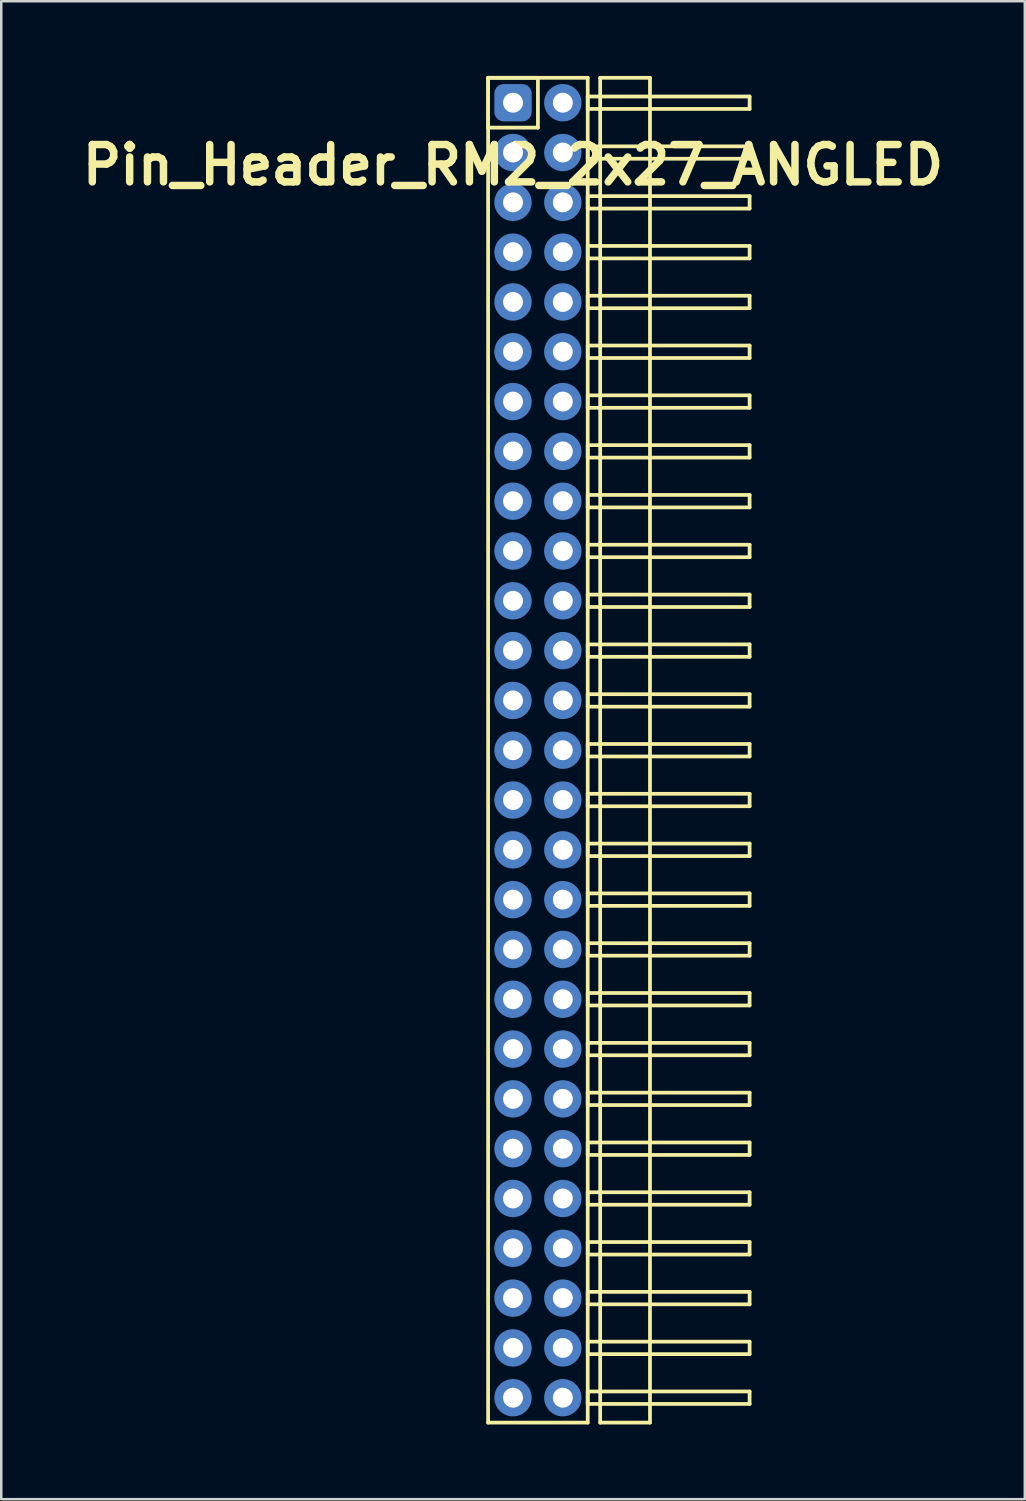
<source format=kicad_pcb>
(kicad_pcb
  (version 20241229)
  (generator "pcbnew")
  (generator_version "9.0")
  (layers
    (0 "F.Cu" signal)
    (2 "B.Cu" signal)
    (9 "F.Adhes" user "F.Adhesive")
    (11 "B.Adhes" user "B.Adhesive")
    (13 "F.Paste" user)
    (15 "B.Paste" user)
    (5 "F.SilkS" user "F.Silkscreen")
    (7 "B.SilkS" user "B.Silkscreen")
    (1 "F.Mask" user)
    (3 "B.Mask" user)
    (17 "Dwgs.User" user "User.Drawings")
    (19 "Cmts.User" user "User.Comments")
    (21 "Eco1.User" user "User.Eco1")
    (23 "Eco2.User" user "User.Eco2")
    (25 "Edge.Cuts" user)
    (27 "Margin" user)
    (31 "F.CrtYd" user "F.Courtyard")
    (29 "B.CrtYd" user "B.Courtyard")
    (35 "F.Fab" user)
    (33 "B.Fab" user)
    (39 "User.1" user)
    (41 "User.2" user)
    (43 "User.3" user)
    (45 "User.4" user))
  (footprint "Pin_Header_RM2_2x27_ANGLED"
    (layer "F.Cu")
    (at 17.55 1.075)
    (property "Reference" "Pin_Header_RM2_2x27_ANGLED" (at 0 2.5 0) (layer "F.SilkS") (effects (font (size 1.5 1.5) (thickness 0.3))))
    (attr through_hole)
    (fp_line (start -1 -1) (end 1 -1) (stroke (width 0.15) (type solid)) (layer "F.SilkS"))
    (fp_line (start -1 -1) (end 3 -1) (stroke (width 0.15) (type solid)) (layer "F.SilkS"))
    (fp_line (start -1 1) (end -1 -1) (stroke (width 0.15) (type solid)) (layer "F.SilkS"))
    (fp_line (start -1 53) (end -1 -1) (stroke (width 0.15) (type solid)) (layer "F.SilkS"))
    (fp_line (start 1 -1) (end 1 1) (stroke (width 0.15) (type solid)) (layer "F.SilkS"))
    (fp_line (start 1 1) (end -1 1) (stroke (width 0.15) (type solid)) (layer "F.SilkS"))
    (fp_line (start 3 -1) (end 3 53) (stroke (width 0.15) (type solid)) (layer "F.SilkS"))
    (fp_line (start 3 -0.25) (end 9.5 -0.25) (stroke (width 0.15) (type solid)) (layer "F.SilkS"))
    (fp_line (start 3 0.25) (end 3 -0.25) (stroke (width 0.15) (type solid)) (layer "F.SilkS"))
    (fp_line (start 3 1.75) (end 9.5 1.75) (stroke (width 0.15) (type solid)) (layer "F.SilkS"))
    (fp_line (start 3 2.25) (end 3 1.75) (stroke (width 0.15) (type solid)) (layer "F.SilkS"))
    (fp_line (start 3 3.75) (end 9.5 3.75) (stroke (width 0.15) (type solid)) (layer "F.SilkS"))
    (fp_line (start 3 4.25) (end 3 3.75) (stroke (width 0.15) (type solid)) (layer "F.SilkS"))
    (fp_line (start 3 5.75) (end 9.5 5.75) (stroke (width 0.15) (type solid)) (layer "F.SilkS"))
    (fp_line (start 3 6.25) (end 3 5.75) (stroke (width 0.15) (type solid)) (layer "F.SilkS"))
    (fp_line (start 3 7.75) (end 9.5 7.75) (stroke (width 0.15) (type solid)) (layer "F.SilkS"))
    (fp_line (start 3 8.25) (end 3 7.75) (stroke (width 0.15) (type solid)) (layer "F.SilkS"))
    (fp_line (start 3 9.75) (end 9.5 9.75) (stroke (width 0.15) (type solid)) (layer "F.SilkS"))
    (fp_line (start 3 10.25) (end 3 9.75) (stroke (width 0.15) (type solid)) (layer "F.SilkS"))
    (fp_line (start 3 11.75) (end 9.5 11.75) (stroke (width 0.15) (type solid)) (layer "F.SilkS"))
    (fp_line (start 3 12.25) (end 3 11.75) (stroke (width 0.15) (type solid)) (layer "F.SilkS"))
    (fp_line (start 3 13.75) (end 9.5 13.75) (stroke (width 0.15) (type solid)) (layer "F.SilkS"))
    (fp_line (start 3 14.25) (end 3 13.75) (stroke (width 0.15) (type solid)) (layer "F.SilkS"))
    (fp_line (start 3 15.75) (end 9.5 15.75) (stroke (width 0.15) (type solid)) (layer "F.SilkS"))
    (fp_line (start 3 16.25) (end 3 15.75) (stroke (width 0.15) (type solid)) (layer "F.SilkS"))
    (fp_line (start 3 17.75) (end 9.5 17.75) (stroke (width 0.15) (type solid)) (layer "F.SilkS"))
    (fp_line (start 3 18.25) (end 3 17.75) (stroke (width 0.15) (type solid)) (layer "F.SilkS"))
    (fp_line (start 3 19.75) (end 9.5 19.75) (stroke (width 0.15) (type solid)) (layer "F.SilkS"))
    (fp_line (start 3 20.25) (end 3 19.75) (stroke (width 0.15) (type solid)) (layer "F.SilkS"))
    (fp_line (start 3 21.75) (end 9.5 21.75) (stroke (width 0.15) (type solid)) (layer "F.SilkS"))
    (fp_line (start 3 22.25) (end 3 21.75) (stroke (width 0.15) (type solid)) (layer "F.SilkS"))
    (fp_line (start 3 23.75) (end 9.5 23.75) (stroke (width 0.15) (type solid)) (layer "F.SilkS"))
    (fp_line (start 3 24.25) (end 3 23.75) (stroke (width 0.15) (type solid)) (layer "F.SilkS"))
    (fp_line (start 3 25.75) (end 9.5 25.75) (stroke (width 0.15) (type solid)) (layer "F.SilkS"))
    (fp_line (start 3 26.25) (end 3 25.75) (stroke (width 0.15) (type solid)) (layer "F.SilkS"))
    (fp_line (start 3 27.75) (end 9.5 27.75) (stroke (width 0.15) (type solid)) (layer "F.SilkS"))
    (fp_line (start 3 28.25) (end 3 27.75) (stroke (width 0.15) (type solid)) (layer "F.SilkS"))
    (fp_line (start 3 29.75) (end 9.5 29.75) (stroke (width 0.15) (type solid)) (layer "F.SilkS"))
    (fp_line (start 3 30.25) (end 3 29.75) (stroke (width 0.15) (type solid)) (layer "F.SilkS"))
    (fp_line (start 3 31.75) (end 9.5 31.75) (stroke (width 0.15) (type solid)) (layer "F.SilkS"))
    (fp_line (start 3 32.25) (end 3 31.75) (stroke (width 0.15) (type solid)) (layer "F.SilkS"))
    (fp_line (start 3 33.75) (end 9.5 33.75) (stroke (width 0.15) (type solid)) (layer "F.SilkS"))
    (fp_line (start 3 34.25) (end 3 33.75) (stroke (width 0.15) (type solid)) (layer "F.SilkS"))
    (fp_line (start 3 35.75) (end 9.5 35.75) (stroke (width 0.15) (type solid)) (layer "F.SilkS"))
    (fp_line (start 3 36.25) (end 3 35.75) (stroke (width 0.15) (type solid)) (layer "F.SilkS"))
    (fp_line (start 3 37.75) (end 9.5 37.75) (stroke (width 0.15) (type solid)) (layer "F.SilkS"))
    (fp_line (start 3 38.25) (end 3 37.75) (stroke (width 0.15) (type solid)) (layer "F.SilkS"))
    (fp_line (start 3 39.75) (end 9.5 39.75) (stroke (width 0.15) (type solid)) (layer "F.SilkS"))
    (fp_line (start 3 40.25) (end 3 39.75) (stroke (width 0.15) (type solid)) (layer "F.SilkS"))
    (fp_line (start 3 41.75) (end 9.5 41.75) (stroke (width 0.15) (type solid)) (layer "F.SilkS"))
    (fp_line (start 3 42.25) (end 3 41.75) (stroke (width 0.15) (type solid)) (layer "F.SilkS"))
    (fp_line (start 3 43.75) (end 9.5 43.75) (stroke (width 0.15) (type solid)) (layer "F.SilkS"))
    (fp_line (start 3 44.25) (end 3 43.75) (stroke (width 0.15) (type solid)) (layer "F.SilkS"))
    (fp_line (start 3 45.75) (end 9.5 45.75) (stroke (width 0.15) (type solid)) (layer "F.SilkS"))
    (fp_line (start 3 46.25) (end 3 45.75) (stroke (width 0.15) (type solid)) (layer "F.SilkS"))
    (fp_line (start 3 47.75) (end 9.5 47.75) (stroke (width 0.15) (type solid)) (layer "F.SilkS"))
    (fp_line (start 3 48.25) (end 3 47.75) (stroke (width 0.15) (type solid)) (layer "F.SilkS"))
    (fp_line (start 3 49.75) (end 9.5 49.75) (stroke (width 0.15) (type solid)) (layer "F.SilkS"))
    (fp_line (start 3 50.25) (end 3 49.75) (stroke (width 0.15) (type solid)) (layer "F.SilkS"))
    (fp_line (start 3 51.75) (end 9.5 51.75) (stroke (width 0.15) (type solid)) (layer "F.SilkS"))
    (fp_line (start 3 52.25) (end 3 51.75) (stroke (width 0.15) (type solid)) (layer "F.SilkS"))
    (fp_line (start 3 53) (end -1 53) (stroke (width 0.15) (type solid)) (layer "F.SilkS"))
    (fp_line (start 3.5 -1) (end 5.5 -1) (stroke (width 0.15) (type solid)) (layer "F.SilkS"))
    (fp_line (start 3.5 53) (end 3.5 -1) (stroke (width 0.15) (type solid)) (layer "F.SilkS"))
    (fp_line (start 5.5 -1) (end 5.5 53) (stroke (width 0.15) (type solid)) (layer "F.SilkS"))
    (fp_line (start 5.5 53) (end 3.5 53) (stroke (width 0.15) (type solid)) (layer "F.SilkS"))
    (fp_line (start 9.5 -0.25) (end 9.5 0.25) (stroke (width 0.15) (type solid)) (layer "F.SilkS"))
    (fp_line (start 9.5 0.25) (end 3 0.25) (stroke (width 0.15) (type solid)) (layer "F.SilkS"))
    (fp_line (start 9.5 1.75) (end 9.5 2.25) (stroke (width 0.15) (type solid)) (layer "F.SilkS"))
    (fp_line (start 9.5 2.25) (end 3 2.25) (stroke (width 0.15) (type solid)) (layer "F.SilkS"))
    (fp_line (start 9.5 3.75) (end 9.5 4.25) (stroke (width 0.15) (type solid)) (layer "F.SilkS"))
    (fp_line (start 9.5 4.25) (end 3 4.25) (stroke (width 0.15) (type solid)) (layer "F.SilkS"))
    (fp_line (start 9.5 5.75) (end 9.5 6.25) (stroke (width 0.15) (type solid)) (layer "F.SilkS"))
    (fp_line (start 9.5 6.25) (end 3 6.25) (stroke (width 0.15) (type solid)) (layer "F.SilkS"))
    (fp_line (start 9.5 7.75) (end 9.5 8.25) (stroke (width 0.15) (type solid)) (layer "F.SilkS"))
    (fp_line (start 9.5 8.25) (end 3 8.25) (stroke (width 0.15) (type solid)) (layer "F.SilkS"))
    (fp_line (start 9.5 9.75) (end 9.5 10.25) (stroke (width 0.15) (type solid)) (layer "F.SilkS"))
    (fp_line (start 9.5 10.25) (end 3 10.25) (stroke (width 0.15) (type solid)) (layer "F.SilkS"))
    (fp_line (start 9.5 11.75) (end 9.5 12.25) (stroke (width 0.15) (type solid)) (layer "F.SilkS"))
    (fp_line (start 9.5 12.25) (end 3 12.25) (stroke (width 0.15) (type solid)) (layer "F.SilkS"))
    (fp_line (start 9.5 13.75) (end 9.5 14.25) (stroke (width 0.15) (type solid)) (layer "F.SilkS"))
    (fp_line (start 9.5 14.25) (end 3 14.25) (stroke (width 0.15) (type solid)) (layer "F.SilkS"))
    (fp_line (start 9.5 15.75) (end 9.5 16.25) (stroke (width 0.15) (type solid)) (layer "F.SilkS"))
    (fp_line (start 9.5 16.25) (end 3 16.25) (stroke (width 0.15) (type solid)) (layer "F.SilkS"))
    (fp_line (start 9.5 17.75) (end 9.5 18.25) (stroke (width 0.15) (type solid)) (layer "F.SilkS"))
    (fp_line (start 9.5 18.25) (end 3 18.25) (stroke (width 0.15) (type solid)) (layer "F.SilkS"))
    (fp_line (start 9.5 19.75) (end 9.5 20.25) (stroke (width 0.15) (type solid)) (layer "F.SilkS"))
    (fp_line (start 9.5 20.25) (end 3 20.25) (stroke (width 0.15) (type solid)) (layer "F.SilkS"))
    (fp_line (start 9.5 21.75) (end 9.5 22.25) (stroke (width 0.15) (type solid)) (layer "F.SilkS"))
    (fp_line (start 9.5 22.25) (end 3 22.25) (stroke (width 0.15) (type solid)) (layer "F.SilkS"))
    (fp_line (start 9.5 23.75) (end 9.5 24.25) (stroke (width 0.15) (type solid)) (layer "F.SilkS"))
    (fp_line (start 9.5 24.25) (end 3 24.25) (stroke (width 0.15) (type solid)) (layer "F.SilkS"))
    (fp_line (start 9.5 25.75) (end 9.5 26.25) (stroke (width 0.15) (type solid)) (layer "F.SilkS"))
    (fp_line (start 9.5 26.25) (end 3 26.25) (stroke (width 0.15) (type solid)) (layer "F.SilkS"))
    (fp_line (start 9.5 27.75) (end 9.5 28.25) (stroke (width 0.15) (type solid)) (layer "F.SilkS"))
    (fp_line (start 9.5 28.25) (end 3 28.25) (stroke (width 0.15) (type solid)) (layer "F.SilkS"))
    (fp_line (start 9.5 29.75) (end 9.5 30.25) (stroke (width 0.15) (type solid)) (layer "F.SilkS"))
    (fp_line (start 9.5 30.25) (end 3 30.25) (stroke (width 0.15) (type solid)) (layer "F.SilkS"))
    (fp_line (start 9.5 31.75) (end 9.5 32.25) (stroke (width 0.15) (type solid)) (layer "F.SilkS"))
    (fp_line (start 9.5 32.25) (end 3 32.25) (stroke (width 0.15) (type solid)) (layer "F.SilkS"))
    (fp_line (start 9.5 33.75) (end 9.5 34.25) (stroke (width 0.15) (type solid)) (layer "F.SilkS"))
    (fp_line (start 9.5 34.25) (end 3 34.25) (stroke (width 0.15) (type solid)) (layer "F.SilkS"))
    (fp_line (start 9.5 35.75) (end 9.5 36.25) (stroke (width 0.15) (type solid)) (layer "F.SilkS"))
    (fp_line (start 9.5 36.25) (end 3 36.25) (stroke (width 0.15) (type solid)) (layer "F.SilkS"))
    (fp_line (start 9.5 37.75) (end 9.5 38.25) (stroke (width 0.15) (type solid)) (layer "F.SilkS"))
    (fp_line (start 9.5 38.25) (end 3 38.25) (stroke (width 0.15) (type solid)) (layer "F.SilkS"))
    (fp_line (start 9.5 39.75) (end 9.5 40.25) (stroke (width 0.15) (type solid)) (layer "F.SilkS"))
    (fp_line (start 9.5 40.25) (end 3 40.25) (stroke (width 0.15) (type solid)) (layer "F.SilkS"))
    (fp_line (start 9.5 41.75) (end 9.5 42.25) (stroke (width 0.15) (type solid)) (layer "F.SilkS"))
    (fp_line (start 9.5 42.25) (end 3 42.25) (stroke (width 0.15) (type solid)) (layer "F.SilkS"))
    (fp_line (start 9.5 43.75) (end 9.5 44.25) (stroke (width 0.15) (type solid)) (layer "F.SilkS"))
    (fp_line (start 9.5 44.25) (end 3 44.25) (stroke (width 0.15) (type solid)) (layer "F.SilkS"))
    (fp_line (start 9.5 45.75) (end 9.5 46.25) (stroke (width 0.15) (type solid)) (layer "F.SilkS"))
    (fp_line (start 9.5 46.25) (end 3 46.25) (stroke (width 0.15) (type solid)) (layer "F.SilkS"))
    (fp_line (start 9.5 47.75) (end 9.5 48.25) (stroke (width 0.15) (type solid)) (layer "F.SilkS"))
    (fp_line (start 9.5 48.25) (end 3 48.25) (stroke (width 0.15) (type solid)) (layer "F.SilkS"))
    (fp_line (start 9.5 49.75) (end 9.5 50.25) (stroke (width 0.15) (type solid)) (layer "F.SilkS"))
    (fp_line (start 9.5 50.25) (end 3 50.25) (stroke (width 0.15) (type solid)) (layer "F.SilkS"))
    (fp_line (start 9.5 51.75) (end 9.5 52.25) (stroke (width 0.15) (type solid)) (layer "F.SilkS"))
    (fp_line (start 9.5 52.25) (end 3 52.25) (stroke (width 0.15) (type solid)) (layer "F.SilkS"))
    (pad "1" thru_hole circle (at 0 0) (size 1.1 1.1) (drill 0.8) (layers "*.Cu" "*.Mask"))
    (pad "1" smd roundrect (at 0 0) (size 1.25 1.25) (layers "F.Cu" "F.Mask") (roundrect_rratio 0.25))
    (pad "1" smd roundrect (at 0 0) (size 1.5 1.5) (layers "B.Cu" "B.Mask") (roundrect_rratio 0.25))
    (pad "2" thru_hole circle (at 2 0) (size 1.1 1.1) (drill 0.8) (layers "*.Cu" "*.Mask"))
    (pad "2" smd circle (at 2 0) (size 1.25 1.25) (layers "F.Cu" "F.Mask"))
    (pad "2" smd circle (at 2 0) (size 1.5 1.5) (layers "B.Cu" "B.Mask"))
    (pad "3" thru_hole circle (at 0 2) (size 1.1 1.1) (drill 0.8) (layers "*.Cu" "*.Mask"))
    (pad "3" smd circle (at 0 2) (size 1.25 1.25) (layers "F.Cu" "F.Mask"))
    (pad "3" smd circle (at 0 2) (size 1.5 1.5) (layers "B.Cu" "B.Mask"))
    (pad "4" thru_hole circle (at 2 2) (size 1.1 1.1) (drill 0.8) (layers "*.Cu" "*.Mask"))
    (pad "4" smd circle (at 2 2) (size 1.25 1.25) (layers "F.Cu" "F.Mask"))
    (pad "4" smd circle (at 2 2) (size 1.5 1.5) (layers "B.Cu" "B.Mask"))
    (pad "5" thru_hole circle (at 0 4) (size 1.1 1.1) (drill 0.8) (layers "*.Cu" "*.Mask"))
    (pad "5" smd circle (at 0 4) (size 1.25 1.25) (layers "F.Cu" "F.Mask"))
    (pad "5" smd circle (at 0 4) (size 1.5 1.5) (layers "B.Cu" "B.Mask"))
    (pad "6" thru_hole circle (at 2 4) (size 1.1 1.1) (drill 0.8) (layers "*.Cu" "*.Mask"))
    (pad "6" smd circle (at 2 4) (size 1.25 1.25) (layers "F.Cu" "F.Mask"))
    (pad "6" smd circle (at 2 4) (size 1.5 1.5) (layers "B.Cu" "B.Mask"))
    (pad "7" thru_hole circle (at 0 6) (size 1.1 1.1) (drill 0.8) (layers "*.Cu" "*.Mask"))
    (pad "7" smd circle (at 0 6) (size 1.25 1.25) (layers "F.Cu" "F.Mask"))
    (pad "7" smd circle (at 0 6) (size 1.5 1.5) (layers "B.Cu" "B.Mask"))
    (pad "8" thru_hole circle (at 2 6) (size 1.1 1.1) (drill 0.8) (layers "*.Cu" "*.Mask"))
    (pad "8" smd circle (at 2 6) (size 1.25 1.25) (layers "F.Cu" "F.Mask"))
    (pad "8" smd circle (at 2 6) (size 1.5 1.5) (layers "B.Cu" "B.Mask"))
    (pad "9" thru_hole circle (at 0 8) (size 1.1 1.1) (drill 0.8) (layers "*.Cu" "*.Mask"))
    (pad "9" smd circle (at 0 8) (size 1.25 1.25) (layers "F.Cu" "F.Mask"))
    (pad "9" smd circle (at 0 8) (size 1.5 1.5) (layers "B.Cu" "B.Mask"))
    (pad "10" thru_hole circle (at 2 8) (size 1.1 1.1) (drill 0.8) (layers "*.Cu" "*.Mask"))
    (pad "10" smd circle (at 2 8) (size 1.25 1.25) (layers "F.Cu" "F.Mask"))
    (pad "10" smd circle (at 2 8) (size 1.5 1.5) (layers "B.Cu" "B.Mask"))
    (pad "11" thru_hole circle (at 0 10) (size 1.1 1.1) (drill 0.8) (layers "*.Cu" "*.Mask"))
    (pad "11" smd circle (at 0 10) (size 1.25 1.25) (layers "F.Cu" "F.Mask"))
    (pad "11" smd circle (at 0 10) (size 1.5 1.5) (layers "B.Cu" "B.Mask"))
    (pad "12" thru_hole circle (at 2 10) (size 1.1 1.1) (drill 0.8) (layers "*.Cu" "*.Mask"))
    (pad "12" smd circle (at 2 10) (size 1.25 1.25) (layers "F.Cu" "F.Mask"))
    (pad "12" smd circle (at 2 10) (size 1.5 1.5) (layers "B.Cu" "B.Mask"))
    (pad "13" thru_hole circle (at 0 12) (size 1.1 1.1) (drill 0.8) (layers "*.Cu" "*.Mask"))
    (pad "13" smd circle (at 0 12) (size 1.25 1.25) (layers "F.Cu" "F.Mask"))
    (pad "13" smd circle (at 0 12) (size 1.5 1.5) (layers "B.Cu" "B.Mask"))
    (pad "14" thru_hole circle (at 2 12) (size 1.1 1.1) (drill 0.8) (layers "*.Cu" "*.Mask"))
    (pad "14" smd circle (at 2 12) (size 1.25 1.25) (layers "F.Cu" "F.Mask"))
    (pad "14" smd circle (at 2 12) (size 1.5 1.5) (layers "B.Cu" "B.Mask"))
    (pad "15" thru_hole circle (at 0 14) (size 1.1 1.1) (drill 0.8) (layers "*.Cu" "*.Mask"))
    (pad "15" smd circle (at 0 14) (size 1.25 1.25) (layers "F.Cu" "F.Mask"))
    (pad "15" smd circle (at 0 14) (size 1.5 1.5) (layers "B.Cu" "B.Mask"))
    (pad "16" thru_hole circle (at 2 14) (size 1.1 1.1) (drill 0.8) (layers "*.Cu" "*.Mask"))
    (pad "16" smd circle (at 2 14) (size 1.25 1.25) (layers "F.Cu" "F.Mask"))
    (pad "16" smd circle (at 2 14) (size 1.5 1.5) (layers "B.Cu" "B.Mask"))
    (pad "17" thru_hole circle (at 0 16) (size 1.1 1.1) (drill 0.8) (layers "*.Cu" "*.Mask"))
    (pad "17" smd circle (at 0 16) (size 1.25 1.25) (layers "F.Cu" "F.Mask"))
    (pad "17" smd circle (at 0 16) (size 1.5 1.5) (layers "B.Cu" "B.Mask"))
    (pad "18" thru_hole circle (at 2 16) (size 1.1 1.1) (drill 0.8) (layers "*.Cu" "*.Mask"))
    (pad "18" smd circle (at 2 16) (size 1.25 1.25) (layers "F.Cu" "F.Mask"))
    (pad "18" smd circle (at 2 16) (size 1.5 1.5) (layers "B.Cu" "B.Mask"))
    (pad "19" thru_hole circle (at 0 18) (size 1.1 1.1) (drill 0.8) (layers "*.Cu" "*.Mask"))
    (pad "19" smd circle (at 0 18) (size 1.25 1.25) (layers "F.Cu" "F.Mask"))
    (pad "19" smd circle (at 0 18) (size 1.5 1.5) (layers "B.Cu" "B.Mask"))
    (pad "20" thru_hole circle (at 2 18) (size 1.1 1.1) (drill 0.8) (layers "*.Cu" "*.Mask"))
    (pad "20" smd circle (at 2 18) (size 1.25 1.25) (layers "F.Cu" "F.Mask"))
    (pad "20" smd circle (at 2 18) (size 1.5 1.5) (layers "B.Cu" "B.Mask"))
    (pad "21" thru_hole circle (at 0 20) (size 1.1 1.1) (drill 0.8) (layers "*.Cu" "*.Mask"))
    (pad "21" smd circle (at 0 20) (size 1.25 1.25) (layers "F.Cu" "F.Mask"))
    (pad "21" smd circle (at 0 20) (size 1.5 1.5) (layers "B.Cu" "B.Mask"))
    (pad "22" thru_hole circle (at 2 20) (size 1.1 1.1) (drill 0.8) (layers "*.Cu" "*.Mask"))
    (pad "22" smd circle (at 2 20) (size 1.25 1.25) (layers "F.Cu" "F.Mask"))
    (pad "22" smd circle (at 2 20) (size 1.5 1.5) (layers "B.Cu" "B.Mask"))
    (pad "23" thru_hole circle (at 0 22) (size 1.1 1.1) (drill 0.8) (layers "*.Cu" "*.Mask"))
    (pad "23" smd circle (at 0 22) (size 1.25 1.25) (layers "F.Cu" "F.Mask"))
    (pad "23" smd circle (at 0 22) (size 1.5 1.5) (layers "B.Cu" "B.Mask"))
    (pad "24" thru_hole circle (at 2 22) (size 1.1 1.1) (drill 0.8) (layers "*.Cu" "*.Mask"))
    (pad "24" smd circle (at 2 22) (size 1.25 1.25) (layers "F.Cu" "F.Mask"))
    (pad "24" smd circle (at 2 22) (size 1.5 1.5) (layers "B.Cu" "B.Mask"))
    (pad "25" thru_hole circle (at 0 24) (size 1.1 1.1) (drill 0.8) (layers "*.Cu" "*.Mask"))
    (pad "25" smd circle (at 0 24) (size 1.25 1.25) (layers "F.Cu" "F.Mask"))
    (pad "25" smd circle (at 0 24) (size 1.5 1.5) (layers "B.Cu" "B.Mask"))
    (pad "26" thru_hole circle (at 2 24) (size 1.1 1.1) (drill 0.8) (layers "*.Cu" "*.Mask"))
    (pad "26" smd circle (at 2 24) (size 1.25 1.25) (layers "F.Cu" "F.Mask"))
    (pad "26" smd circle (at 2 24) (size 1.5 1.5) (layers "B.Cu" "B.Mask"))
    (pad "27" thru_hole circle (at 0 26) (size 1.1 1.1) (drill 0.8) (layers "*.Cu" "*.Mask"))
    (pad "27" smd circle (at 0 26) (size 1.25 1.25) (layers "F.Cu" "F.Mask"))
    (pad "27" smd circle (at 0 26) (size 1.5 1.5) (layers "B.Cu" "B.Mask"))
    (pad "28" thru_hole circle (at 2 26) (size 1.1 1.1) (drill 0.8) (layers "*.Cu" "*.Mask"))
    (pad "28" smd circle (at 2 26) (size 1.25 1.25) (layers "F.Cu" "F.Mask"))
    (pad "28" smd circle (at 2 26) (size 1.5 1.5) (layers "B.Cu" "B.Mask"))
    (pad "29" thru_hole circle (at 0 28) (size 1.1 1.1) (drill 0.8) (layers "*.Cu" "*.Mask"))
    (pad "29" smd circle (at 0 28) (size 1.25 1.25) (layers "F.Cu" "F.Mask"))
    (pad "29" smd circle (at 0 28) (size 1.5 1.5) (layers "B.Cu" "B.Mask"))
    (pad "30" thru_hole circle (at 2 28) (size 1.1 1.1) (drill 0.8) (layers "*.Cu" "*.Mask"))
    (pad "30" smd circle (at 2 28) (size 1.25 1.25) (layers "F.Cu" "F.Mask"))
    (pad "30" smd circle (at 2 28) (size 1.5 1.5) (layers "B.Cu" "B.Mask"))
    (pad "31" thru_hole circle (at 0 30) (size 1.1 1.1) (drill 0.8) (layers "*.Cu" "*.Mask"))
    (pad "31" smd circle (at 0 30) (size 1.25 1.25) (layers "F.Cu" "F.Mask"))
    (pad "31" smd circle (at 0 30) (size 1.5 1.5) (layers "B.Cu" "B.Mask"))
    (pad "32" thru_hole circle (at 2 30) (size 1.1 1.1) (drill 0.8) (layers "*.Cu" "*.Mask"))
    (pad "32" smd circle (at 2 30) (size 1.25 1.25) (layers "F.Cu" "F.Mask"))
    (pad "32" smd circle (at 2 30) (size 1.5 1.5) (layers "B.Cu" "B.Mask"))
    (pad "33" thru_hole circle (at 0 32) (size 1.1 1.1) (drill 0.8) (layers "*.Cu" "*.Mask"))
    (pad "33" smd circle (at 0 32) (size 1.25 1.25) (layers "F.Cu" "F.Mask"))
    (pad "33" smd circle (at 0 32) (size 1.5 1.5) (layers "B.Cu" "B.Mask"))
    (pad "34" thru_hole circle (at 2 32) (size 1.1 1.1) (drill 0.8) (layers "*.Cu" "*.Mask"))
    (pad "34" smd circle (at 2 32) (size 1.25 1.25) (layers "F.Cu" "F.Mask"))
    (pad "34" smd circle (at 2 32) (size 1.5 1.5) (layers "B.Cu" "B.Mask"))
    (pad "35" thru_hole circle (at 0 34) (size 1.1 1.1) (drill 0.8) (layers "*.Cu" "*.Mask"))
    (pad "35" smd circle (at 0 34) (size 1.25 1.25) (layers "F.Cu" "F.Mask"))
    (pad "35" smd circle (at 0 34) (size 1.5 1.5) (layers "B.Cu" "B.Mask"))
    (pad "36" thru_hole circle (at 2 34) (size 1.1 1.1) (drill 0.8) (layers "*.Cu" "*.Mask"))
    (pad "36" smd circle (at 2 34) (size 1.25 1.25) (layers "F.Cu" "F.Mask"))
    (pad "36" smd circle (at 2 34) (size 1.5 1.5) (layers "B.Cu" "B.Mask"))
    (pad "37" thru_hole circle (at 0 36) (size 1.1 1.1) (drill 0.8) (layers "*.Cu" "*.Mask"))
    (pad "37" smd circle (at 0 36) (size 1.25 1.25) (layers "F.Cu" "F.Mask"))
    (pad "37" smd circle (at 0 36) (size 1.5 1.5) (layers "B.Cu" "B.Mask"))
    (pad "38" thru_hole circle (at 2 36) (size 1.1 1.1) (drill 0.8) (layers "*.Cu" "*.Mask"))
    (pad "38" smd circle (at 2 36) (size 1.25 1.25) (layers "F.Cu" "F.Mask"))
    (pad "38" smd circle (at 2 36) (size 1.5 1.5) (layers "B.Cu" "B.Mask"))
    (pad "39" thru_hole circle (at 0 38) (size 1.1 1.1) (drill 0.8) (layers "*.Cu" "*.Mask"))
    (pad "39" smd circle (at 0 38) (size 1.25 1.25) (layers "F.Cu" "F.Mask"))
    (pad "39" smd circle (at 0 38) (size 1.5 1.5) (layers "B.Cu" "B.Mask"))
    (pad "40" thru_hole circle (at 2 38) (size 1.1 1.1) (drill 0.8) (layers "*.Cu" "*.Mask"))
    (pad "40" smd circle (at 2 38) (size 1.25 1.25) (layers "F.Cu" "F.Mask"))
    (pad "40" smd circle (at 2 38) (size 1.5 1.5) (layers "B.Cu" "B.Mask"))
    (pad "41" thru_hole circle (at 0 40) (size 1.1 1.1) (drill 0.8) (layers "*.Cu" "*.Mask"))
    (pad "41" smd circle (at 0 40) (size 1.25 1.25) (layers "F.Cu" "F.Mask"))
    (pad "41" smd circle (at 0 40) (size 1.5 1.5) (layers "B.Cu" "B.Mask"))
    (pad "42" thru_hole circle (at 2 40) (size 1.1 1.1) (drill 0.8) (layers "*.Cu" "*.Mask"))
    (pad "42" smd circle (at 2 40) (size 1.25 1.25) (layers "F.Cu" "F.Mask"))
    (pad "42" smd circle (at 2 40) (size 1.5 1.5) (layers "B.Cu" "B.Mask"))
    (pad "43" thru_hole circle (at 0 42) (size 1.1 1.1) (drill 0.8) (layers "*.Cu" "*.Mask"))
    (pad "43" smd circle (at 0 42) (size 1.25 1.25) (layers "F.Cu" "F.Mask"))
    (pad "43" smd circle (at 0 42) (size 1.5 1.5) (layers "B.Cu" "B.Mask"))
    (pad "44" thru_hole circle (at 2 42) (size 1.1 1.1) (drill 0.8) (layers "*.Cu" "*.Mask"))
    (pad "44" smd circle (at 2 42) (size 1.25 1.25) (layers "F.Cu" "F.Mask"))
    (pad "44" smd circle (at 2 42) (size 1.5 1.5) (layers "B.Cu" "B.Mask"))
    (pad "45" thru_hole circle (at 0 44) (size 1.1 1.1) (drill 0.8) (layers "*.Cu" "*.Mask"))
    (pad "45" smd circle (at 0 44) (size 1.25 1.25) (layers "F.Cu" "F.Mask"))
    (pad "45" smd circle (at 0 44) (size 1.5 1.5) (layers "B.Cu" "B.Mask"))
    (pad "46" thru_hole circle (at 2 44) (size 1.1 1.1) (drill 0.8) (layers "*.Cu" "*.Mask"))
    (pad "46" smd circle (at 2 44) (size 1.25 1.25) (layers "F.Cu" "F.Mask"))
    (pad "46" smd circle (at 2 44) (size 1.5 1.5) (layers "B.Cu" "B.Mask"))
    (pad "47" thru_hole circle (at 0 46) (size 1.1 1.1) (drill 0.8) (layers "*.Cu" "*.Mask"))
    (pad "47" smd circle (at 0 46) (size 1.25 1.25) (layers "F.Cu" "F.Mask"))
    (pad "47" smd circle (at 0 46) (size 1.5 1.5) (layers "B.Cu" "B.Mask"))
    (pad "48" thru_hole circle (at 2 46) (size 1.1 1.1) (drill 0.8) (layers "*.Cu" "*.Mask"))
    (pad "48" smd circle (at 2 46) (size 1.25 1.25) (layers "F.Cu" "F.Mask"))
    (pad "48" smd circle (at 2 46) (size 1.5 1.5) (layers "B.Cu" "B.Mask"))
    (pad "49" thru_hole circle (at 0 48) (size 1.1 1.1) (drill 0.8) (layers "*.Cu" "*.Mask"))
    (pad "49" smd circle (at 0 48) (size 1.25 1.25) (layers "F.Cu" "F.Mask"))
    (pad "49" smd circle (at 0 48) (size 1.5 1.5) (layers "B.Cu" "B.Mask"))
    (pad "50" thru_hole circle (at 2 48) (size 1.1 1.1) (drill 0.8) (layers "*.Cu" "*.Mask"))
    (pad "50" smd circle (at 2 48) (size 1.25 1.25) (layers "F.Cu" "F.Mask"))
    (pad "50" smd circle (at 2 48) (size 1.5 1.5) (layers "B.Cu" "B.Mask"))
    (pad "51" thru_hole circle (at 0 50) (size 1.1 1.1) (drill 0.8) (layers "*.Cu" "*.Mask"))
    (pad "51" smd circle (at 0 50) (size 1.25 1.25) (layers "F.Cu" "F.Mask"))
    (pad "51" smd circle (at 0 50) (size 1.5 1.5) (layers "B.Cu" "B.Mask"))
    (pad "52" thru_hole circle (at 2 50) (size 1.1 1.1) (drill 0.8) (layers "*.Cu" "*.Mask"))
    (pad "52" smd circle (at 2 50) (size 1.25 1.25) (layers "F.Cu" "F.Mask"))
    (pad "52" smd circle (at 2 50) (size 1.5 1.5) (layers "B.Cu" "B.Mask"))
    (pad "53" thru_hole circle (at 0 52) (size 1.1 1.1) (drill 0.8) (layers "*.Cu" "*.Mask"))
    (pad "53" smd circle (at 0 52) (size 1.25 1.25) (layers "F.Cu" "F.Mask"))
    (pad "53" smd circle (at 0 52) (size 1.5 1.5) (layers "B.Cu" "B.Mask"))
    (pad "54" thru_hole circle (at 2 52) (size 1.1 1.1) (drill 0.8) (layers "*.Cu" "*.Mask"))
    (pad "54" smd circle (at 2 52) (size 1.25 1.25) (layers "F.Cu" "F.Mask"))
    (pad "54" smd circle (at 2 52) (size 1.5 1.5) (layers "B.Cu" "B.Mask")))
  (gr_rect
    (start -3 -3)
    (end 38.1 57.15)
    (stroke (width 0.1) (type default))
    (fill no)
    (layer "Edge.Cuts")))
</source>
